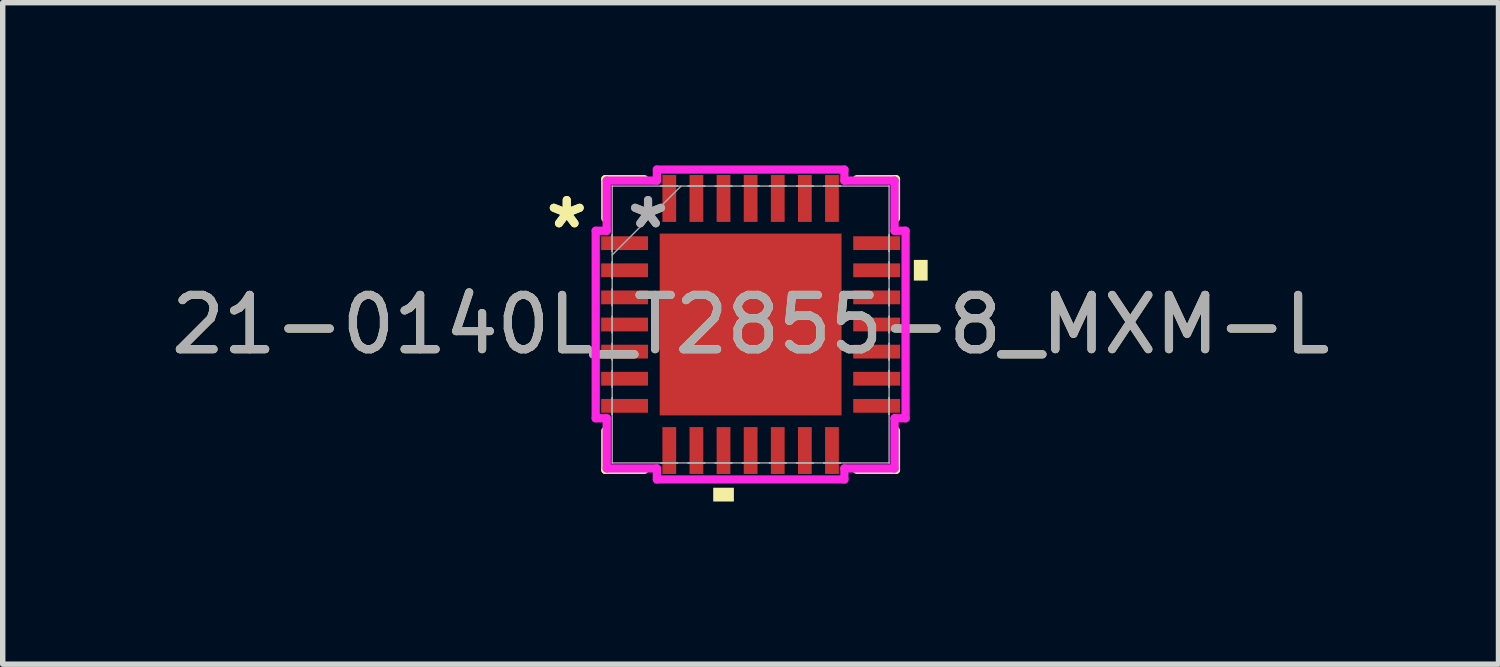
<source format=kicad_pcb>
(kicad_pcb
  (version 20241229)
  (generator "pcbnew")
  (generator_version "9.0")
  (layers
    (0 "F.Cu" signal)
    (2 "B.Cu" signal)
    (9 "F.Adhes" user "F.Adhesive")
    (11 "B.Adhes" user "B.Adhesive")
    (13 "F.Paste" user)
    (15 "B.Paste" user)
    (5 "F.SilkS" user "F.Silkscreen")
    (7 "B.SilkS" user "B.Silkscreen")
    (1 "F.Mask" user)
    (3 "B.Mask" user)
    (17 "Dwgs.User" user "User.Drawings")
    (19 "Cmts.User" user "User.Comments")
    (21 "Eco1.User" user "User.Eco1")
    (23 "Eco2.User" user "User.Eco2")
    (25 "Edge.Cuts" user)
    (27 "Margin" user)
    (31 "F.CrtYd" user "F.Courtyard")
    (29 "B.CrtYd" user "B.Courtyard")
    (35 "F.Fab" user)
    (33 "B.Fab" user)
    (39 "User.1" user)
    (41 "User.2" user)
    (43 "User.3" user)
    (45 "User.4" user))
  (footprint "21-0140L_T2855-8_MXM-L"
    (layer "F.Cu")
    (at 10.792 2.934)
    (property "Reference" "21-0140L_T2855-8_MXM-L" (at 0 0 0) (unlocked yes) (layer "F.SilkS") (effects (font (size 1 1) (thickness 0.15))))
    (attr smd)
    (fp_line (start -2.68 -2.68) (end -2.68 -1.96) (stroke (width 0.152) (type solid)) (layer "F.SilkS"))
    (fp_line (start -2.68 1.96) (end -2.68 2.68) (stroke (width 0.152) (type solid)) (layer "F.SilkS"))
    (fp_line (start -2.68 2.68) (end -1.96 2.68) (stroke (width 0.152) (type solid)) (layer "F.SilkS"))
    (fp_line (start -1.96 -2.68) (end -2.68 -2.68) (stroke (width 0.152) (type solid)) (layer "F.SilkS"))
    (fp_line (start 1.96 2.68) (end 2.68 2.68) (stroke (width 0.152) (type solid)) (layer "F.SilkS"))
    (fp_line (start 2.68 -2.68) (end 1.96 -2.68) (stroke (width 0.152) (type solid)) (layer "F.SilkS"))
    (fp_line (start 2.68 -1.96) (end 2.68 -2.68) (stroke (width 0.152) (type solid)) (layer "F.SilkS"))
    (fp_line (start 2.68 2.68) (end 2.68 1.96) (stroke (width 0.152) (type solid)) (layer "F.SilkS"))
    (fp_poly (pts (xy -0.69 3.01) (xy -0.69 3.264) (xy -0.309 3.264) (xy -0.309 3.01)) (stroke (width 0) (type solid)) (fill yes) (layer "F.SilkS"))
    (fp_poly (pts (xy 3.264 -1.191) (xy 3.264 -0.81) (xy 3.01 -0.81) (xy 3.01 -1.191)) (stroke (width 0) (type solid)) (fill yes) (layer "F.SilkS"))
    (fp_poly (pts (xy -1.576 -1.576) (xy -1.576 -0.1) (xy -0.1 -0.1) (xy -0.1 -1.576)) (stroke (width 0) (type solid)) (fill yes) (layer "F.Paste"))
    (fp_poly (pts (xy -1.576 0.1) (xy -1.576 1.576) (xy -0.1 1.576) (xy -0.1 0.1)) (stroke (width 0) (type solid)) (fill yes) (layer "F.Paste"))
    (fp_poly (pts (xy 0.1 -1.576) (xy 0.1 -0.1) (xy 1.576 -0.1) (xy 1.576 -1.576)) (stroke (width 0) (type solid)) (fill yes) (layer "F.Paste"))
    (fp_poly (pts (xy 0.1 0.1) (xy 0.1 1.576) (xy 1.576 1.576) (xy 1.576 0.1)) (stroke (width 0) (type solid)) (fill yes) (layer "F.Paste"))
    (fp_line (start -2.857 -1.729) (end -2.654 -1.729) (stroke (width 0.152) (type solid)) (layer "F.CrtYd"))
    (fp_line (start -2.857 1.729) (end -2.857 -1.729) (stroke (width 0.152) (type solid)) (layer "F.CrtYd"))
    (fp_line (start -2.654 -2.654) (end -1.729 -2.654) (stroke (width 0.152) (type solid)) (layer "F.CrtYd"))
    (fp_line (start -2.654 -1.729) (end -2.654 -2.654) (stroke (width 0.152) (type solid)) (layer "F.CrtYd"))
    (fp_line (start -2.654 1.729) (end -2.857 1.729) (stroke (width 0.152) (type solid)) (layer "F.CrtYd"))
    (fp_line (start -2.654 2.654) (end -2.654 1.729) (stroke (width 0.152) (type solid)) (layer "F.CrtYd"))
    (fp_line (start -1.729 -2.857) (end 1.729 -2.857) (stroke (width 0.152) (type solid)) (layer "F.CrtYd"))
    (fp_line (start -1.729 -2.654) (end -1.729 -2.857) (stroke (width 0.152) (type solid)) (layer "F.CrtYd"))
    (fp_line (start -1.729 2.654) (end -2.654 2.654) (stroke (width 0.152) (type solid)) (layer "F.CrtYd"))
    (fp_line (start -1.729 2.857) (end -1.729 2.654) (stroke (width 0.152) (type solid)) (layer "F.CrtYd"))
    (fp_line (start 1.729 -2.857) (end 1.729 -2.654) (stroke (width 0.152) (type solid)) (layer "F.CrtYd"))
    (fp_line (start 1.729 -2.654) (end 2.654 -2.654) (stroke (width 0.152) (type solid)) (layer "F.CrtYd"))
    (fp_line (start 1.729 2.654) (end 1.729 2.857) (stroke (width 0.152) (type solid)) (layer "F.CrtYd"))
    (fp_line (start 1.729 2.857) (end -1.729 2.857) (stroke (width 0.152) (type solid)) (layer "F.CrtYd"))
    (fp_line (start 2.654 -2.654) (end 2.654 -1.729) (stroke (width 0.152) (type solid)) (layer "F.CrtYd"))
    (fp_line (start 2.654 -1.729) (end 2.857 -1.729) (stroke (width 0.152) (type solid)) (layer "F.CrtYd"))
    (fp_line (start 2.654 1.729) (end 2.654 2.654) (stroke (width 0.152) (type solid)) (layer "F.CrtYd"))
    (fp_line (start 2.654 2.654) (end 1.729 2.654) (stroke (width 0.152) (type solid)) (layer "F.CrtYd"))
    (fp_line (start 2.857 -1.729) (end 2.857 1.729) (stroke (width 0.152) (type solid)) (layer "F.CrtYd"))
    (fp_line (start 2.857 1.729) (end 2.654 1.729) (stroke (width 0.152) (type solid)) (layer "F.CrtYd"))
    (fp_line (start -2.553 -2.553) (end -2.553 -2.553) (stroke (width 0.025) (type solid)) (layer "F.Fab"))
    (fp_line (start -2.553 -2.553) (end -2.553 2.553) (stroke (width 0.025) (type solid)) (layer "F.Fab"))
    (fp_line (start -2.553 -1.652) (end -2.553 -1.652) (stroke (width 0.025) (type solid)) (layer "F.Fab"))
    (fp_line (start -2.553 -1.652) (end -2.553 -1.348) (stroke (width 0.025) (type solid)) (layer "F.Fab"))
    (fp_line (start -2.553 -1.348) (end -2.553 -1.652) (stroke (width 0.025) (type solid)) (layer "F.Fab"))
    (fp_line (start -2.553 -1.348) (end -2.553 -1.348) (stroke (width 0.025) (type solid)) (layer "F.Fab"))
    (fp_line (start -2.553 -1.283) (end -1.283 -2.553) (stroke (width 0.025) (type solid)) (layer "F.Fab"))
    (fp_line (start -2.553 -1.152) (end -2.553 -1.152) (stroke (width 0.025) (type solid)) (layer "F.Fab"))
    (fp_line (start -2.553 -1.152) (end -2.553 -0.848) (stroke (width 0.025) (type solid)) (layer "F.Fab"))
    (fp_line (start -2.553 -0.848) (end -2.553 -1.152) (stroke (width 0.025) (type solid)) (layer "F.Fab"))
    (fp_line (start -2.553 -0.848) (end -2.553 -0.848) (stroke (width 0.025) (type solid)) (layer "F.Fab"))
    (fp_line (start -2.553 -0.652) (end -2.553 -0.652) (stroke (width 0.025) (type solid)) (layer "F.Fab"))
    (fp_line (start -2.553 -0.652) (end -2.553 -0.348) (stroke (width 0.025) (type solid)) (layer "F.Fab"))
    (fp_line (start -2.553 -0.348) (end -2.553 -0.652) (stroke (width 0.025) (type solid)) (layer "F.Fab"))
    (fp_line (start -2.553 -0.348) (end -2.553 -0.348) (stroke (width 0.025) (type solid)) (layer "F.Fab"))
    (fp_line (start -2.553 -0.152) (end -2.553 -0.152) (stroke (width 0.025) (type solid)) (layer "F.Fab"))
    (fp_line (start -2.553 -0.152) (end -2.553 0.152) (stroke (width 0.025) (type solid)) (layer "F.Fab"))
    (fp_line (start -2.553 0.152) (end -2.553 -0.152) (stroke (width 0.025) (type solid)) (layer "F.Fab"))
    (fp_line (start -2.553 0.152) (end -2.553 0.152) (stroke (width 0.025) (type solid)) (layer "F.Fab"))
    (fp_line (start -2.553 0.348) (end -2.553 0.348) (stroke (width 0.025) (type solid)) (layer "F.Fab"))
    (fp_line (start -2.553 0.348) (end -2.553 0.652) (stroke (width 0.025) (type solid)) (layer "F.Fab"))
    (fp_line (start -2.553 0.652) (end -2.553 0.348) (stroke (width 0.025) (type solid)) (layer "F.Fab"))
    (fp_line (start -2.553 0.652) (end -2.553 0.652) (stroke (width 0.025) (type solid)) (layer "F.Fab"))
    (fp_line (start -2.553 0.848) (end -2.553 0.848) (stroke (width 0.025) (type solid)) (layer "F.Fab"))
    (fp_line (start -2.553 0.848) (end -2.553 1.152) (stroke (width 0.025) (type solid)) (layer "F.Fab"))
    (fp_line (start -2.553 1.152) (end -2.553 0.848) (stroke (width 0.025) (type solid)) (layer "F.Fab"))
    (fp_line (start -2.553 1.152) (end -2.553 1.152) (stroke (width 0.025) (type solid)) (layer "F.Fab"))
    (fp_line (start -2.553 1.348) (end -2.553 1.348) (stroke (width 0.025) (type solid)) (layer "F.Fab"))
    (fp_line (start -2.553 1.348) (end -2.553 1.652) (stroke (width 0.025) (type solid)) (layer "F.Fab"))
    (fp_line (start -2.553 1.652) (end -2.553 1.348) (stroke (width 0.025) (type solid)) (layer "F.Fab"))
    (fp_line (start -2.553 1.652) (end -2.553 1.652) (stroke (width 0.025) (type solid)) (layer "F.Fab"))
    (fp_line (start -2.553 2.553) (end -2.553 2.553) (stroke (width 0.025) (type solid)) (layer "F.Fab"))
    (fp_line (start -2.553 2.553) (end 2.553 2.553) (stroke (width 0.025) (type solid)) (layer "F.Fab"))
    (fp_line (start -1.652 -2.553) (end -1.652 -2.553) (stroke (width 0.025) (type solid)) (layer "F.Fab"))
    (fp_line (start -1.652 -2.553) (end -1.348 -2.553) (stroke (width 0.025) (type solid)) (layer "F.Fab"))
    (fp_line (start -1.652 2.553) (end -1.652 2.553) (stroke (width 0.025) (type solid)) (layer "F.Fab"))
    (fp_line (start -1.652 2.553) (end -1.348 2.553) (stroke (width 0.025) (type solid)) (layer "F.Fab"))
    (fp_line (start -1.348 -2.553) (end -1.652 -2.553) (stroke (width 0.025) (type solid)) (layer "F.Fab"))
    (fp_line (start -1.348 -2.553) (end -1.348 -2.553) (stroke (width 0.025) (type solid)) (layer "F.Fab"))
    (fp_line (start -1.348 2.553) (end -1.652 2.553) (stroke (width 0.025) (type solid)) (layer "F.Fab"))
    (fp_line (start -1.348 2.553) (end -1.348 2.553) (stroke (width 0.025) (type solid)) (layer "F.Fab"))
    (fp_line (start -1.152 -2.553) (end -1.152 -2.553) (stroke (width 0.025) (type solid)) (layer "F.Fab"))
    (fp_line (start -1.152 -2.553) (end -0.848 -2.553) (stroke (width 0.025) (type solid)) (layer "F.Fab"))
    (fp_line (start -1.152 2.553) (end -1.152 2.553) (stroke (width 0.025) (type solid)) (layer "F.Fab"))
    (fp_line (start -1.152 2.553) (end -0.848 2.553) (stroke (width 0.025) (type solid)) (layer "F.Fab"))
    (fp_line (start -0.848 -2.553) (end -1.152 -2.553) (stroke (width 0.025) (type solid)) (layer "F.Fab"))
    (fp_line (start -0.848 -2.553) (end -0.848 -2.553) (stroke (width 0.025) (type solid)) (layer "F.Fab"))
    (fp_line (start -0.848 2.553) (end -1.152 2.553) (stroke (width 0.025) (type solid)) (layer "F.Fab"))
    (fp_line (start -0.848 2.553) (end -0.848 2.553) (stroke (width 0.025) (type solid)) (layer "F.Fab"))
    (fp_line (start -0.652 -2.553) (end -0.652 -2.553) (stroke (width 0.025) (type solid)) (layer "F.Fab"))
    (fp_line (start -0.652 -2.553) (end -0.348 -2.553) (stroke (width 0.025) (type solid)) (layer "F.Fab"))
    (fp_line (start -0.652 2.553) (end -0.652 2.553) (stroke (width 0.025) (type solid)) (layer "F.Fab"))
    (fp_line (start -0.652 2.553) (end -0.348 2.553) (stroke (width 0.025) (type solid)) (layer "F.Fab"))
    (fp_line (start -0.348 -2.553) (end -0.652 -2.553) (stroke (width 0.025) (type solid)) (layer "F.Fab"))
    (fp_line (start -0.348 -2.553) (end -0.348 -2.553) (stroke (width 0.025) (type solid)) (layer "F.Fab"))
    (fp_line (start -0.348 2.553) (end -0.652 2.553) (stroke (width 0.025) (type solid)) (layer "F.Fab"))
    (fp_line (start -0.348 2.553) (end -0.348 2.553) (stroke (width 0.025) (type solid)) (layer "F.Fab"))
    (fp_line (start -0.152 -2.553) (end -0.152 -2.553) (stroke (width 0.025) (type solid)) (layer "F.Fab"))
    (fp_line (start -0.152 -2.553) (end 0.152 -2.553) (stroke (width 0.025) (type solid)) (layer "F.Fab"))
    (fp_line (start -0.152 2.553) (end -0.152 2.553) (stroke (width 0.025) (type solid)) (layer "F.Fab"))
    (fp_line (start -0.152 2.553) (end 0.152 2.553) (stroke (width 0.025) (type solid)) (layer "F.Fab"))
    (fp_line (start 0.152 -2.553) (end -0.152 -2.553) (stroke (width 0.025) (type solid)) (layer "F.Fab"))
    (fp_line (start 0.152 -2.553) (end 0.152 -2.553) (stroke (width 0.025) (type solid)) (layer "F.Fab"))
    (fp_line (start 0.152 2.553) (end -0.152 2.553) (stroke (width 0.025) (type solid)) (layer "F.Fab"))
    (fp_line (start 0.152 2.553) (end 0.152 2.553) (stroke (width 0.025) (type solid)) (layer "F.Fab"))
    (fp_line (start 0.348 -2.553) (end 0.348 -2.553) (stroke (width 0.025) (type solid)) (layer "F.Fab"))
    (fp_line (start 0.348 -2.553) (end 0.652 -2.553) (stroke (width 0.025) (type solid)) (layer "F.Fab"))
    (fp_line (start 0.348 2.553) (end 0.348 2.553) (stroke (width 0.025) (type solid)) (layer "F.Fab"))
    (fp_line (start 0.348 2.553) (end 0.652 2.553) (stroke (width 0.025) (type solid)) (layer "F.Fab"))
    (fp_line (start 0.652 -2.553) (end 0.348 -2.553) (stroke (width 0.025) (type solid)) (layer "F.Fab"))
    (fp_line (start 0.652 -2.553) (end 0.652 -2.553) (stroke (width 0.025) (type solid)) (layer "F.Fab"))
    (fp_line (start 0.652 2.553) (end 0.348 2.553) (stroke (width 0.025) (type solid)) (layer "F.Fab"))
    (fp_line (start 0.652 2.553) (end 0.652 2.553) (stroke (width 0.025) (type solid)) (layer "F.Fab"))
    (fp_line (start 0.848 -2.553) (end 0.848 -2.553) (stroke (width 0.025) (type solid)) (layer "F.Fab"))
    (fp_line (start 0.848 -2.553) (end 1.152 -2.553) (stroke (width 0.025) (type solid)) (layer "F.Fab"))
    (fp_line (start 0.848 2.553) (end 0.848 2.553) (stroke (width 0.025) (type solid)) (layer "F.Fab"))
    (fp_line (start 0.848 2.553) (end 1.152 2.553) (stroke (width 0.025) (type solid)) (layer "F.Fab"))
    (fp_line (start 1.152 -2.553) (end 0.848 -2.553) (stroke (width 0.025) (type solid)) (layer "F.Fab"))
    (fp_line (start 1.152 -2.553) (end 1.152 -2.553) (stroke (width 0.025) (type solid)) (layer "F.Fab"))
    (fp_line (start 1.152 2.553) (end 0.848 2.553) (stroke (width 0.025) (type solid)) (layer "F.Fab"))
    (fp_line (start 1.152 2.553) (end 1.152 2.553) (stroke (width 0.025) (type solid)) (layer "F.Fab"))
    (fp_line (start 1.348 -2.553) (end 1.348 -2.553) (stroke (width 0.025) (type solid)) (layer "F.Fab"))
    (fp_line (start 1.348 -2.553) (end 1.652 -2.553) (stroke (width 0.025) (type solid)) (layer "F.Fab"))
    (fp_line (start 1.348 2.553) (end 1.348 2.553) (stroke (width 0.025) (type solid)) (layer "F.Fab"))
    (fp_line (start 1.348 2.553) (end 1.652 2.553) (stroke (width 0.025) (type solid)) (layer "F.Fab"))
    (fp_line (start 1.652 -2.553) (end 1.348 -2.553) (stroke (width 0.025) (type solid)) (layer "F.Fab"))
    (fp_line (start 1.652 -2.553) (end 1.652 -2.553) (stroke (width 0.025) (type solid)) (layer "F.Fab"))
    (fp_line (start 1.652 2.553) (end 1.348 2.553) (stroke (width 0.025) (type solid)) (layer "F.Fab"))
    (fp_line (start 1.652 2.553) (end 1.652 2.553) (stroke (width 0.025) (type solid)) (layer "F.Fab"))
    (fp_line (start 2.553 -2.553) (end -2.553 -2.553) (stroke (width 0.025) (type solid)) (layer "F.Fab"))
    (fp_line (start 2.553 -2.553) (end 2.553 -2.553) (stroke (width 0.025) (type solid)) (layer "F.Fab"))
    (fp_line (start 2.553 -1.652) (end 2.553 -1.652) (stroke (width 0.025) (type solid)) (layer "F.Fab"))
    (fp_line (start 2.553 -1.652) (end 2.553 -1.348) (stroke (width 0.025) (type solid)) (layer "F.Fab"))
    (fp_line (start 2.553 -1.348) (end 2.553 -1.652) (stroke (width 0.025) (type solid)) (layer "F.Fab"))
    (fp_line (start 2.553 -1.348) (end 2.553 -1.348) (stroke (width 0.025) (type solid)) (layer "F.Fab"))
    (fp_line (start 2.553 -1.152) (end 2.553 -1.152) (stroke (width 0.025) (type solid)) (layer "F.Fab"))
    (fp_line (start 2.553 -1.152) (end 2.553 -0.848) (stroke (width 0.025) (type solid)) (layer "F.Fab"))
    (fp_line (start 2.553 -0.848) (end 2.553 -1.152) (stroke (width 0.025) (type solid)) (layer "F.Fab"))
    (fp_line (start 2.553 -0.848) (end 2.553 -0.848) (stroke (width 0.025) (type solid)) (layer "F.Fab"))
    (fp_line (start 2.553 -0.652) (end 2.553 -0.652) (stroke (width 0.025) (type solid)) (layer "F.Fab"))
    (fp_line (start 2.553 -0.652) (end 2.553 -0.348) (stroke (width 0.025) (type solid)) (layer "F.Fab"))
    (fp_line (start 2.553 -0.348) (end 2.553 -0.652) (stroke (width 0.025) (type solid)) (layer "F.Fab"))
    (fp_line (start 2.553 -0.348) (end 2.553 -0.348) (stroke (width 0.025) (type solid)) (layer "F.Fab"))
    (fp_line (start 2.553 -0.152) (end 2.553 -0.152) (stroke (width 0.025) (type solid)) (layer "F.Fab"))
    (fp_line (start 2.553 -0.152) (end 2.553 0.152) (stroke (width 0.025) (type solid)) (layer "F.Fab"))
    (fp_line (start 2.553 0.152) (end 2.553 -0.152) (stroke (width 0.025) (type solid)) (layer "F.Fab"))
    (fp_line (start 2.553 0.152) (end 2.553 0.152) (stroke (width 0.025) (type solid)) (layer "F.Fab"))
    (fp_line (start 2.553 0.348) (end 2.553 0.348) (stroke (width 0.025) (type solid)) (layer "F.Fab"))
    (fp_line (start 2.553 0.348) (end 2.553 0.652) (stroke (width 0.025) (type solid)) (layer "F.Fab"))
    (fp_line (start 2.553 0.652) (end 2.553 0.348) (stroke (width 0.025) (type solid)) (layer "F.Fab"))
    (fp_line (start 2.553 0.652) (end 2.553 0.652) (stroke (width 0.025) (type solid)) (layer "F.Fab"))
    (fp_line (start 2.553 0.848) (end 2.553 0.848) (stroke (width 0.025) (type solid)) (layer "F.Fab"))
    (fp_line (start 2.553 0.848) (end 2.553 1.152) (stroke (width 0.025) (type solid)) (layer "F.Fab"))
    (fp_line (start 2.553 1.152) (end 2.553 0.848) (stroke (width 0.025) (type solid)) (layer "F.Fab"))
    (fp_line (start 2.553 1.152) (end 2.553 1.152) (stroke (width 0.025) (type solid)) (layer "F.Fab"))
    (fp_line (start 2.553 1.348) (end 2.553 1.348) (stroke (width 0.025) (type solid)) (layer "F.Fab"))
    (fp_line (start 2.553 1.348) (end 2.553 1.652) (stroke (width 0.025) (type solid)) (layer "F.Fab"))
    (fp_line (start 2.553 1.652) (end 2.553 1.348) (stroke (width 0.025) (type solid)) (layer "F.Fab"))
    (fp_line (start 2.553 1.652) (end 2.553 1.652) (stroke (width 0.025) (type solid)) (layer "F.Fab"))
    (fp_line (start 2.553 2.553) (end 2.553 -2.553) (stroke (width 0.025) (type solid)) (layer "F.Fab"))
    (fp_line (start 2.553 2.553) (end 2.553 2.553) (stroke (width 0.025) (type solid)) (layer "F.Fab"))
    (fp_text user "*" (at -3.391 -1.75 0) (layer "F.SilkS") (effects (font (size 1 1) (thickness 0.15))))
    (fp_text user "*" (at -3.391 -1.75 0) (unlocked yes) (layer "F.SilkS") (effects (font (size 1 1) (thickness 0.15))))
    (fp_text user "*" (at -1.892 -1.75 0) (layer "F.Fab") (effects (font (size 1 1) (thickness 0.15))))
    (fp_text user "*" (at -1.892 -1.75 0) (unlocked yes) (layer "F.Fab") (effects (font (size 1 1) (thickness 0.15))))
    (fp_text user "${REFERENCE}" (at 0 0 0) (unlocked yes) (layer "F.Fab") (effects (font (size 1 1) (thickness 0.15))))
    (pad "1" smd rect (at -2.324 -1.5 90) (size 0.254 0.864) (layers "F.Cu" "F.Mask" "F.Paste"))
    (pad "2" smd rect (at -2.324 -1 90) (size 0.254 0.864) (layers "F.Cu" "F.Mask" "F.Paste"))
    (pad "3" smd rect (at -2.324 -0.5 90) (size 0.254 0.864) (layers "F.Cu" "F.Mask" "F.Paste"))
    (pad "4" smd rect (at -2.324 0 90) (size 0.254 0.864) (layers "F.Cu" "F.Mask" "F.Paste"))
    (pad "5" smd rect (at -2.324 0.5 90) (size 0.254 0.864) (layers "F.Cu" "F.Mask" "F.Paste"))
    (pad "6" smd rect (at -2.324 1 90) (size 0.254 0.864) (layers "F.Cu" "F.Mask" "F.Paste"))
    (pad "7" smd rect (at -2.324 1.5 90) (size 0.254 0.864) (layers "F.Cu" "F.Mask" "F.Paste"))
    (pad "8" smd rect (at -1.5 2.324) (size 0.254 0.864) (layers "F.Cu" "F.Mask" "F.Paste"))
    (pad "9" smd rect (at -1 2.324) (size 0.254 0.864) (layers "F.Cu" "F.Mask" "F.Paste"))
    (pad "10" smd rect (at -0.5 2.324) (size 0.254 0.864) (layers "F.Cu" "F.Mask" "F.Paste"))
    (pad "11" smd rect (at 0 2.324) (size 0.254 0.864) (layers "F.Cu" "F.Mask" "F.Paste"))
    (pad "12" smd rect (at 0.5 2.324) (size 0.254 0.864) (layers "F.Cu" "F.Mask" "F.Paste"))
    (pad "13" smd rect (at 1 2.324) (size 0.254 0.864) (layers "F.Cu" "F.Mask" "F.Paste"))
    (pad "14" smd rect (at 1.5 2.324) (size 0.254 0.864) (layers "F.Cu" "F.Mask" "F.Paste"))
    (pad "15" smd rect (at 2.324 1.5 90) (size 0.254 0.864) (layers "F.Cu" "F.Mask" "F.Paste"))
    (pad "16" smd rect (at 2.324 1 90) (size 0.254 0.864) (layers "F.Cu" "F.Mask" "F.Paste"))
    (pad "17" smd rect (at 2.324 0.5 90) (size 0.254 0.864) (layers "F.Cu" "F.Mask" "F.Paste"))
    (pad "18" smd rect (at 2.324 0 90) (size 0.254 0.864) (layers "F.Cu" "F.Mask" "F.Paste"))
    (pad "19" smd rect (at 2.324 -0.5 90) (size 0.254 0.864) (layers "F.Cu" "F.Mask" "F.Paste"))
    (pad "20" smd rect (at 2.324 -1 90) (size 0.254 0.864) (layers "F.Cu" "F.Mask" "F.Paste"))
    (pad "21" smd rect (at 2.324 -1.5 90) (size 0.254 0.864) (layers "F.Cu" "F.Mask" "F.Paste"))
    (pad "22" smd rect (at 1.5 -2.324) (size 0.254 0.864) (layers "F.Cu" "F.Mask" "F.Paste"))
    (pad "23" smd rect (at 1 -2.324) (size 0.254 0.864) (layers "F.Cu" "F.Mask" "F.Paste"))
    (pad "24" smd rect (at 0.5 -2.324) (size 0.254 0.864) (layers "F.Cu" "F.Mask" "F.Paste"))
    (pad "25" smd rect (at 0 -2.324) (size 0.254 0.864) (layers "F.Cu" "F.Mask" "F.Paste"))
    (pad "26" smd rect (at -0.5 -2.324) (size 0.254 0.864) (layers "F.Cu" "F.Mask" "F.Paste"))
    (pad "27" smd rect (at -1 -2.324) (size 0.254 0.864) (layers "F.Cu" "F.Mask" "F.Paste"))
    (pad "28" smd rect (at -1.5 -2.324) (size 0.254 0.864) (layers "F.Cu" "F.Mask" "F.Paste"))
    (pad "29" smd rect (at 0 0) (size 3.353 3.353) (layers "F.Cu" "F.Mask" "F.Paste")))
  (gr_rect
    (start -3 -3)
    (end 24.583 9.198)
    (stroke (width 0.1) (type default))
    (fill no)
    (layer "Edge.Cuts")))
</source>
